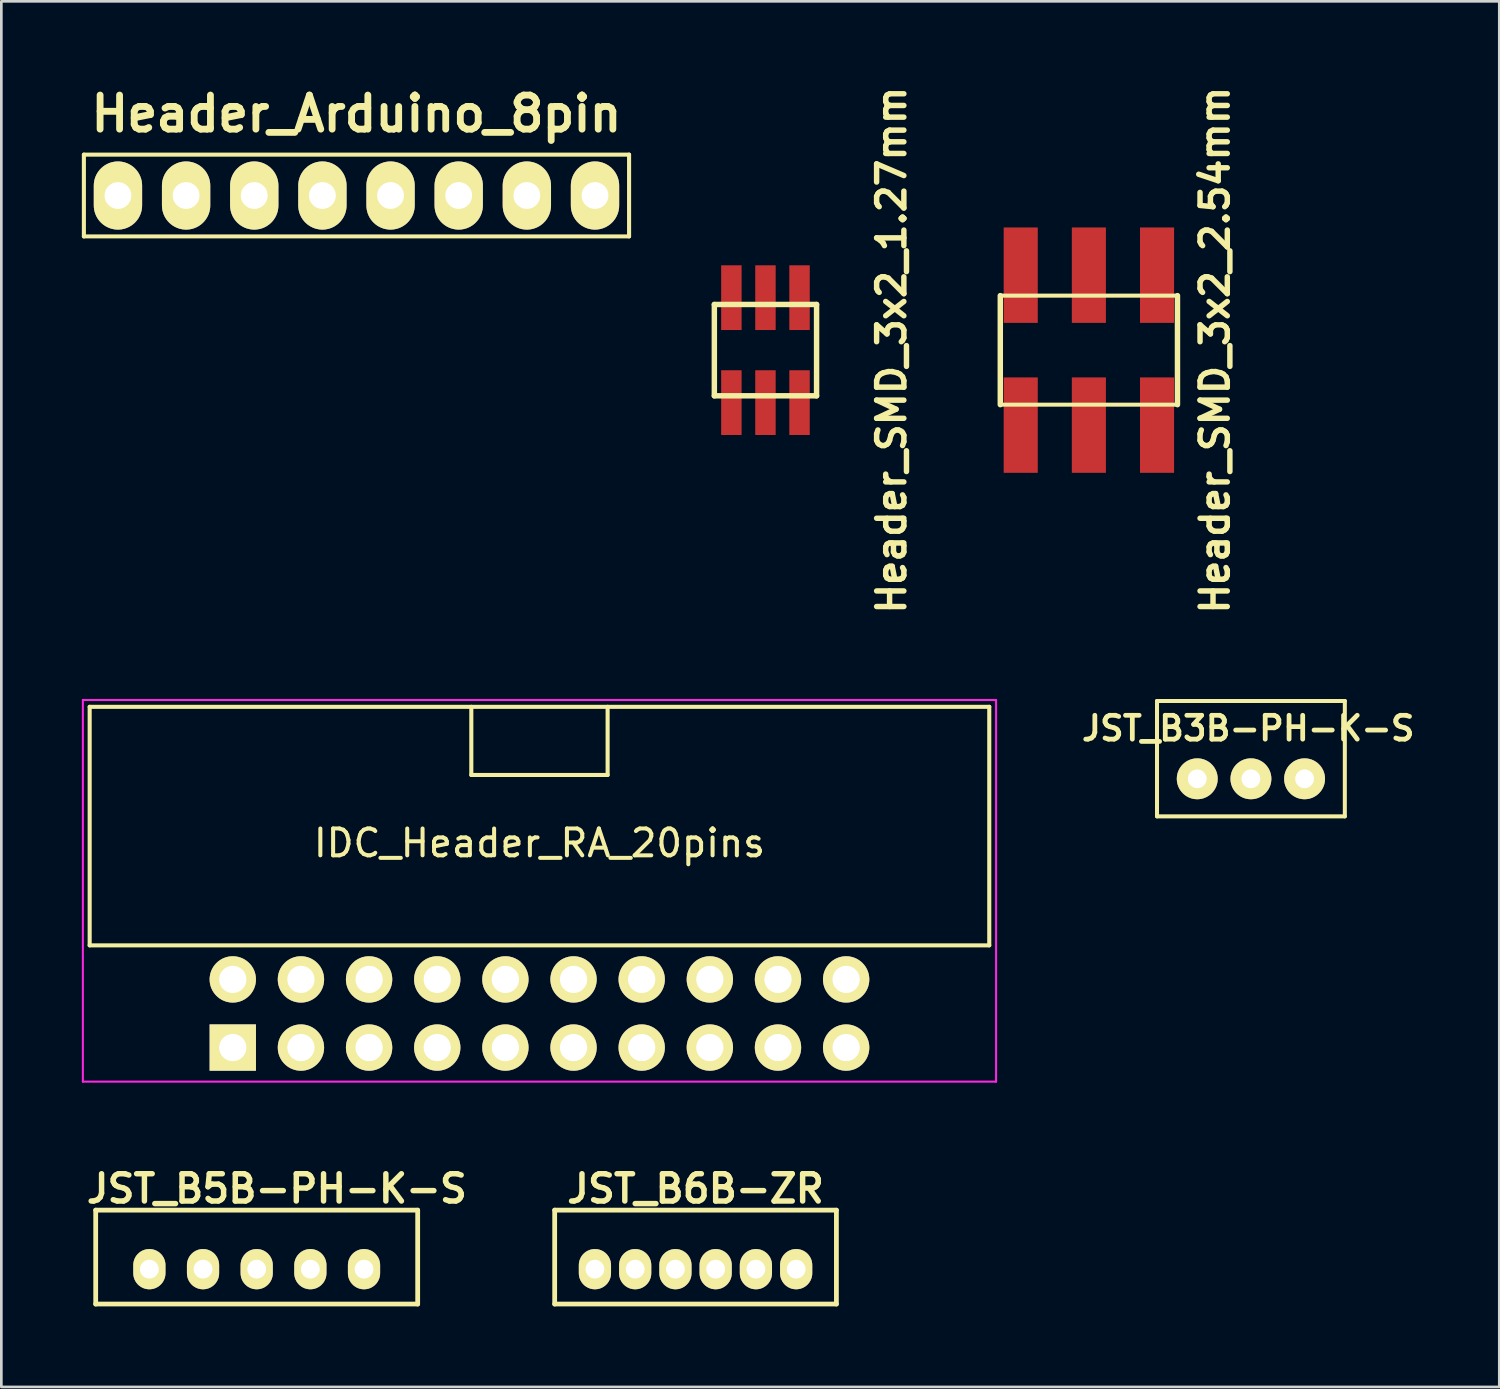
<source format=kicad_pcb>
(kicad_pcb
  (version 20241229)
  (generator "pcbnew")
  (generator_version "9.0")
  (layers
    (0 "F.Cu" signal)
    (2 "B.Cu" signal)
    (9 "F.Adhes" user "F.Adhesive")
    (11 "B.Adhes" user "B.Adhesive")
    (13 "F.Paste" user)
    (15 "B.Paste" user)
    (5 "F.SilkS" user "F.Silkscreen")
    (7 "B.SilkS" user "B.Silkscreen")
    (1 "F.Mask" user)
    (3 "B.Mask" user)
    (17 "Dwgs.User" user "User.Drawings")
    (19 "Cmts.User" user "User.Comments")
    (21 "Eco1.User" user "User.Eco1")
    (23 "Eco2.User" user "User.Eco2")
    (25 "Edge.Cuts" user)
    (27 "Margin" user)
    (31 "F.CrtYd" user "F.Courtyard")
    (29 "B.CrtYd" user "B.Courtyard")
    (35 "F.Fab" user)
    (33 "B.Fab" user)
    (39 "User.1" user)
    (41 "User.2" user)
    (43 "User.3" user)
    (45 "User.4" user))
  (footprint "JST_B5B-PH-K-S"
    (layer "F.Cu")
    (at 6.517 44.252)
    (property "Reference" "JST_B5B-PH-K-S" (at 0.75 -3 0) (layer "F.SilkS") (effects (font (size 1.016 1.016) (thickness 0.203))))
    (attr through_hole)
    (fp_line (start -6 -2.2) (end 6 -2.2) (stroke (width 0.178) (type solid)) (layer "F.SilkS"))
    (fp_line (start -6 1.3) (end -6 -2.2) (stroke (width 0.178) (type solid)) (layer "F.SilkS"))
    (fp_line (start 6 -2.2) (end 6 1.3) (stroke (width 0.178) (type solid)) (layer "F.SilkS"))
    (fp_line (start 6 1.3) (end -6 1.3) (stroke (width 0.178) (type solid)) (layer "F.SilkS"))
    (pad "1" thru_hole oval (at -4 0) (size 1.2 1.5) (drill 0.7) (layers "*.Cu" "*.Mask" "F.SilkS"))
    (pad "2" thru_hole oval (at -2 0) (size 1.2 1.5) (drill 0.7) (layers "*.Cu" "*.Mask" "F.SilkS"))
    (pad "3" thru_hole oval (at 0 0) (size 1.2 1.5) (drill 0.7) (layers "*.Cu" "*.Mask" "F.SilkS"))
    (pad "4" thru_hole oval (at 2 0) (size 1.2 1.5) (drill 0.7) (layers "*.Cu" "*.Mask" "F.SilkS"))
    (pad "5" thru_hole oval (at 4 0) (size 1.2 1.5) (drill 0.7) (layers "*.Cu" "*.Mask" "F.SilkS")))
  (footprint "Header_SMD_3x2_2.54mm"
    (layer "F.Cu")
    (at 37.533 10)
    (property "Reference" "Header_SMD_3x2_2.54mm" (at 4.699 0 90) (layer "F.SilkS") (effects (font (size 1.016 1.016) (thickness 0.203))))
    (attr through_hole)
    (fp_line (start -3.302 -2.032) (end -3.302 2.032) (stroke (width 0.203) (type solid)) (layer "F.SilkS"))
    (fp_line (start -3.302 2.032) (end 3.302 2.032) (stroke (width 0.15) (type solid)) (layer "F.SilkS"))
    (fp_line (start 3.302 -2.032) (end -3.302 -2.032) (stroke (width 0.15) (type solid)) (layer "F.SilkS"))
    (fp_line (start 3.302 -2.032) (end 3.302 2.032) (stroke (width 0.203) (type solid)) (layer "F.SilkS"))
    (pad "1" smd rect (at -2.54 2.794) (size 1.27 3.556) (layers "F.Cu" "F.Mask" "F.Paste"))
    (pad "2" smd rect (at -2.54 -2.794) (size 1.27 3.556) (layers "F.Cu" "F.Mask" "F.Paste"))
    (pad "3" smd rect (at 0 2.794) (size 1.27 3.556) (layers "F.Cu" "F.Mask" "F.Paste"))
    (pad "4" smd rect (at 0 -2.794) (size 1.27 3.556) (layers "F.Cu" "F.Mask" "F.Paste"))
    (pad "5" smd rect (at 2.54 2.794) (size 1.27 3.556) (layers "F.Cu" "F.Mask" "F.Paste"))
    (pad "6" smd rect (at 2.54 -2.794) (size 1.27 3.556) (layers "F.Cu" "F.Mask" "F.Paste")))
  (footprint "JST_B3B-PH-K-S"
    (layer "F.Cu")
    (at 43.572 25.976)
    (property "Reference" "JST_B3B-PH-K-S" (at -0.102 -1.88 0) (layer "F.SilkS") (effects (font (size 0.889 0.889) (thickness 0.178))))
    (attr through_hole)
    (fp_line (start -3.5 1.4) (end -3.5 -2.9) (stroke (width 0.15) (type solid)) (layer "F.SilkS"))
    (fp_line (start -3.5 1.4) (end 3.5 1.4) (stroke (width 0.15) (type solid)) (layer "F.SilkS"))
    (fp_line (start 3.5 -2.9) (end -3.5 -2.9) (stroke (width 0.15) (type solid)) (layer "F.SilkS"))
    (fp_line (start 3.5 1.4) (end 3.5 -2.9) (stroke (width 0.15) (type solid)) (layer "F.SilkS"))
    (pad "1" thru_hole circle (at -2 0) (size 1.524 1.524) (drill 0.7) (layers "*.Cu" "*.Mask" "F.SilkS"))
    (pad "2" thru_hole circle (at 0 0) (size 1.524 1.524) (drill 0.7) (layers "*.Cu" "*.Mask" "F.SilkS"))
    (pad "3" thru_hole circle (at 2 0) (size 1.524 1.524) (drill 0.7) (layers "*.Cu" "*.Mask" "F.SilkS")))
  (footprint "Header_SMD_3x2_1.27mm"
    (layer "F.Cu")
    (at 25.479 10)
    (property "Reference" "Header_SMD_3x2_1.27mm" (at 4.699 0 90) (layer "F.SilkS") (effects (font (size 1.016 1.016) (thickness 0.203))))
    (attr through_hole)
    (fp_line (start -1.905 -1.702) (end 1.905 -1.702) (stroke (width 0.203) (type solid)) (layer "F.SilkS"))
    (fp_line (start -1.905 1.702) (end -1.905 -1.702) (stroke (width 0.203) (type solid)) (layer "F.SilkS"))
    (fp_line (start 1.905 -1.702) (end 1.905 1.702) (stroke (width 0.203) (type solid)) (layer "F.SilkS"))
    (fp_line (start 1.905 1.702) (end -1.905 1.702) (stroke (width 0.203) (type solid)) (layer "F.SilkS"))
    (pad "1" smd rect (at -1.27 1.956) (size 0.762 2.413) (layers "F.Cu" "F.Mask" "F.Paste"))
    (pad "2" smd rect (at -1.27 -1.956) (size 0.762 2.413) (layers "F.Cu" "F.Mask" "F.Paste"))
    (pad "3" smd rect (at 0 1.956) (size 0.762 2.413) (layers "F.Cu" "F.Mask" "F.Paste"))
    (pad "4" smd rect (at 0 -1.956) (size 0.762 2.413) (layers "F.Cu" "F.Mask" "F.Paste"))
    (pad "5" smd rect (at 1.27 1.956) (size 0.762 2.413) (layers "F.Cu" "F.Mask" "F.Paste"))
    (pad "6" smd rect (at 1.27 -1.956) (size 0.762 2.413) (layers "F.Cu" "F.Mask" "F.Paste")))
  (footprint "JST_B6B-ZR"
    (layer "F.Cu")
    (at 22.873 44.252)
    (property "Reference" "JST_B6B-ZR" (at 0 -3 0) (layer "F.SilkS") (effects (font (size 1.016 1.016) (thickness 0.203))))
    (attr through_hole)
    (fp_line (start -5.25 -2.2) (end 5.25 -2.2) (stroke (width 0.178) (type solid)) (layer "F.SilkS"))
    (fp_line (start -5.25 1.3) (end -5.25 -2.2) (stroke (width 0.178) (type solid)) (layer "F.SilkS"))
    (fp_line (start 5.25 -2.2) (end 5.25 1.3) (stroke (width 0.178) (type solid)) (layer "F.SilkS"))
    (fp_line (start 5.25 1.3) (end -5.25 1.3) (stroke (width 0.178) (type solid)) (layer "F.SilkS"))
    (pad "1" thru_hole oval (at -3.75 0) (size 1.2 1.5) (drill 0.7) (layers "*.Cu" "*.Mask" "F.SilkS"))
    (pad "2" thru_hole oval (at -2.25 0) (size 1.2 1.5) (drill 0.7) (layers "*.Cu" "*.Mask" "F.SilkS"))
    (pad "3" thru_hole oval (at -0.75 0) (size 1.2 1.5) (drill 0.7) (layers "*.Cu" "*.Mask" "F.SilkS"))
    (pad "4" thru_hole oval (at 0.75 0) (size 1.2 1.5) (drill 0.7) (layers "*.Cu" "*.Mask" "F.SilkS"))
    (pad "5" thru_hole oval (at 2.25 0) (size 1.2 1.5) (drill 0.7) (layers "*.Cu" "*.Mask" "F.SilkS"))
    (pad "6" thru_hole oval (at 3.75 0) (size 1.2 1.5) (drill 0.7) (layers "*.Cu" "*.Mask" "F.SilkS")))
  (footprint "IDC_Header_RA_20pins"
    (placed yes)
    (layer "F.Cu")
    (at 5.626 35.993)
    (property "Reference" "IDC_Header_RA_20pins" (at 11.43 -7.62 0) (layer "F.SilkS") (effects (font (size 1 1) (thickness 0.15))))
    (attr through_hole)
    (fp_line (start -5.334 -12.7) (end 28.194 -12.7) (stroke (width 0.152) (type solid)) (layer "F.SilkS"))
    (fp_line (start -5.334 -3.81) (end -5.334 -12.7) (stroke (width 0.152) (type solid)) (layer "F.SilkS"))
    (fp_line (start -5.334 -3.81) (end 28.194 -3.81) (stroke (width 0.152) (type solid)) (layer "F.SilkS"))
    (fp_line (start 8.89 -12.7) (end 8.89 -10.16) (stroke (width 0.152) (type solid)) (layer "F.SilkS"))
    (fp_line (start 8.89 -10.16) (end 13.97 -10.16) (stroke (width 0.152) (type solid)) (layer "F.SilkS"))
    (fp_line (start 13.97 -10.16) (end 13.97 -12.7) (stroke (width 0.152) (type solid)) (layer "F.SilkS"))
    (fp_line (start 28.194 -12.7) (end 28.194 -3.81) (stroke (width 0.152) (type solid)) (layer "F.SilkS"))
    (fp_line (start -5.588 -12.954) (end -5.588 1.27) (stroke (width 0.076) (type solid)) (layer "F.CrtYd"))
    (fp_line (start -5.588 1.27) (end 28.448 1.27) (stroke (width 0.076) (type solid)) (layer "F.CrtYd"))
    (fp_line (start 28.448 -12.954) (end -5.588 -12.954) (stroke (width 0.076) (type solid)) (layer "F.CrtYd"))
    (fp_line (start 28.448 -12.954) (end 28.448 1.27) (stroke (width 0.076) (type solid)) (layer "F.CrtYd"))
    (pad "1" thru_hole rect (at 0 0) (size 1.727 1.727) (drill 1.016) (layers "*.Cu" "*.Mask" "F.SilkS"))
    (pad "2" thru_hole oval (at 0 -2.54) (size 1.727 1.727) (drill 1.016) (layers "*.Cu" "*.Mask" "F.SilkS"))
    (pad "3" thru_hole oval (at 2.54 0) (size 1.727 1.727) (drill 1.016) (layers "*.Cu" "*.Mask" "F.SilkS"))
    (pad "4" thru_hole oval (at 2.54 -2.54) (size 1.727 1.727) (drill 1.016) (layers "*.Cu" "*.Mask" "F.SilkS"))
    (pad "5" thru_hole oval (at 5.08 0) (size 1.727 1.727) (drill 1.016) (layers "*.Cu" "*.Mask" "F.SilkS"))
    (pad "6" thru_hole oval (at 5.08 -2.54) (size 1.727 1.727) (drill 1.016) (layers "*.Cu" "*.Mask" "F.SilkS"))
    (pad "7" thru_hole oval (at 7.62 0) (size 1.727 1.727) (drill 1.016) (layers "*.Cu" "*.Mask" "F.SilkS"))
    (pad "8" thru_hole oval (at 7.62 -2.54) (size 1.727 1.727) (drill 1.016) (layers "*.Cu" "*.Mask" "F.SilkS"))
    (pad "9" thru_hole oval (at 10.16 0) (size 1.727 1.727) (drill 1.016) (layers "*.Cu" "*.Mask" "F.SilkS"))
    (pad "10" thru_hole oval (at 10.16 -2.54) (size 1.727 1.727) (drill 1.016) (layers "*.Cu" "*.Mask" "F.SilkS"))
    (pad "11" thru_hole oval (at 12.7 0) (size 1.727 1.727) (drill 1.016) (layers "*.Cu" "*.Mask" "F.SilkS"))
    (pad "12" thru_hole oval (at 12.7 -2.54) (size 1.727 1.727) (drill 1.016) (layers "*.Cu" "*.Mask" "F.SilkS"))
    (pad "13" thru_hole oval (at 15.24 0) (size 1.727 1.727) (drill 1.016) (layers "*.Cu" "*.Mask" "F.SilkS"))
    (pad "14" thru_hole oval (at 15.24 -2.54) (size 1.727 1.727) (drill 1.016) (layers "*.Cu" "*.Mask" "F.SilkS"))
    (pad "15" thru_hole oval (at 17.78 0) (size 1.727 1.727) (drill 1.016) (layers "*.Cu" "*.Mask" "F.SilkS"))
    (pad "16" thru_hole oval (at 17.78 -2.54) (size 1.727 1.727) (drill 1.016) (layers "*.Cu" "*.Mask" "F.SilkS"))
    (pad "17" thru_hole oval (at 20.32 0) (size 1.727 1.727) (drill 1.016) (layers "*.Cu" "*.Mask" "F.SilkS"))
    (pad "18" thru_hole oval (at 20.32 -2.54) (size 1.727 1.727) (drill 1.016) (layers "*.Cu" "*.Mask" "F.SilkS"))
    (pad "19" thru_hole oval (at 22.86 0) (size 1.727 1.727) (drill 1.016) (layers "*.Cu" "*.Mask" "F.SilkS"))
    (pad "20" thru_hole oval (at 22.86 -2.54) (size 1.727 1.727) (drill 1.016) (layers "*.Cu" "*.Mask" "F.SilkS")))
  (footprint "Header_Arduino_8pin"
    (layer "F.Cu")
    (at 10.236 4.237)
    (property "Reference" "Header_Arduino_8pin" (at 0 -3.048 0) (layer "F.SilkS") (effects (font (size 1.27 1.27) (thickness 0.254))))
    (attr through_hole)
    (fp_line (start -10.16 1.524) (end -10.16 -1.524) (stroke (width 0.152) (type solid)) (layer "F.SilkS"))
    (fp_line (start 10.16 -1.524) (end -10.16 -1.524) (stroke (width 0.15) (type solid)) (layer "F.SilkS"))
    (fp_line (start 10.16 -1.524) (end 10.16 1.524) (stroke (width 0.152) (type solid)) (layer "F.SilkS"))
    (fp_line (start 10.16 1.524) (end -10.16 1.524) (stroke (width 0.15) (type solid)) (layer "F.SilkS"))
    (pad "1" thru_hole oval (at -8.89 0) (size 1.801 2.54) (drill 1) (layers "*.Cu" "*.Mask" "F.SilkS"))
    (pad "2" thru_hole oval (at -6.35 0) (size 1.801 2.54) (drill 1) (layers "*.Cu" "*.Mask" "F.SilkS"))
    (pad "3" thru_hole oval (at -3.81 0) (size 1.801 2.54) (drill 1) (layers "*.Cu" "*.Mask" "F.SilkS"))
    (pad "4" thru_hole oval (at -1.27 0) (size 1.801 2.54) (drill 1) (layers "*.Cu" "*.Mask" "F.SilkS"))
    (pad "5" thru_hole oval (at 1.27 0) (size 1.801 2.54) (drill 1) (layers "*.Cu" "*.Mask" "F.SilkS"))
    (pad "6" thru_hole oval (at 3.81 0) (size 1.801 2.54) (drill 1) (layers "*.Cu" "*.Mask" "F.SilkS"))
    (pad "7" thru_hole oval (at 6.35 0) (size 1.801 2.54) (drill 1) (layers "*.Cu" "*.Mask" "F.SilkS"))
    (pad "8" thru_hole oval (at 8.89 0) (size 1.801 2.54) (drill 1) (layers "*.Cu" "*.Mask" "F.SilkS")))
  (gr_rect
    (start -3 -3)
    (end 52.829 48.641)
    (stroke (width 0.1) (type default))
    (fill no)
    (layer "Edge.Cuts")))
</source>
